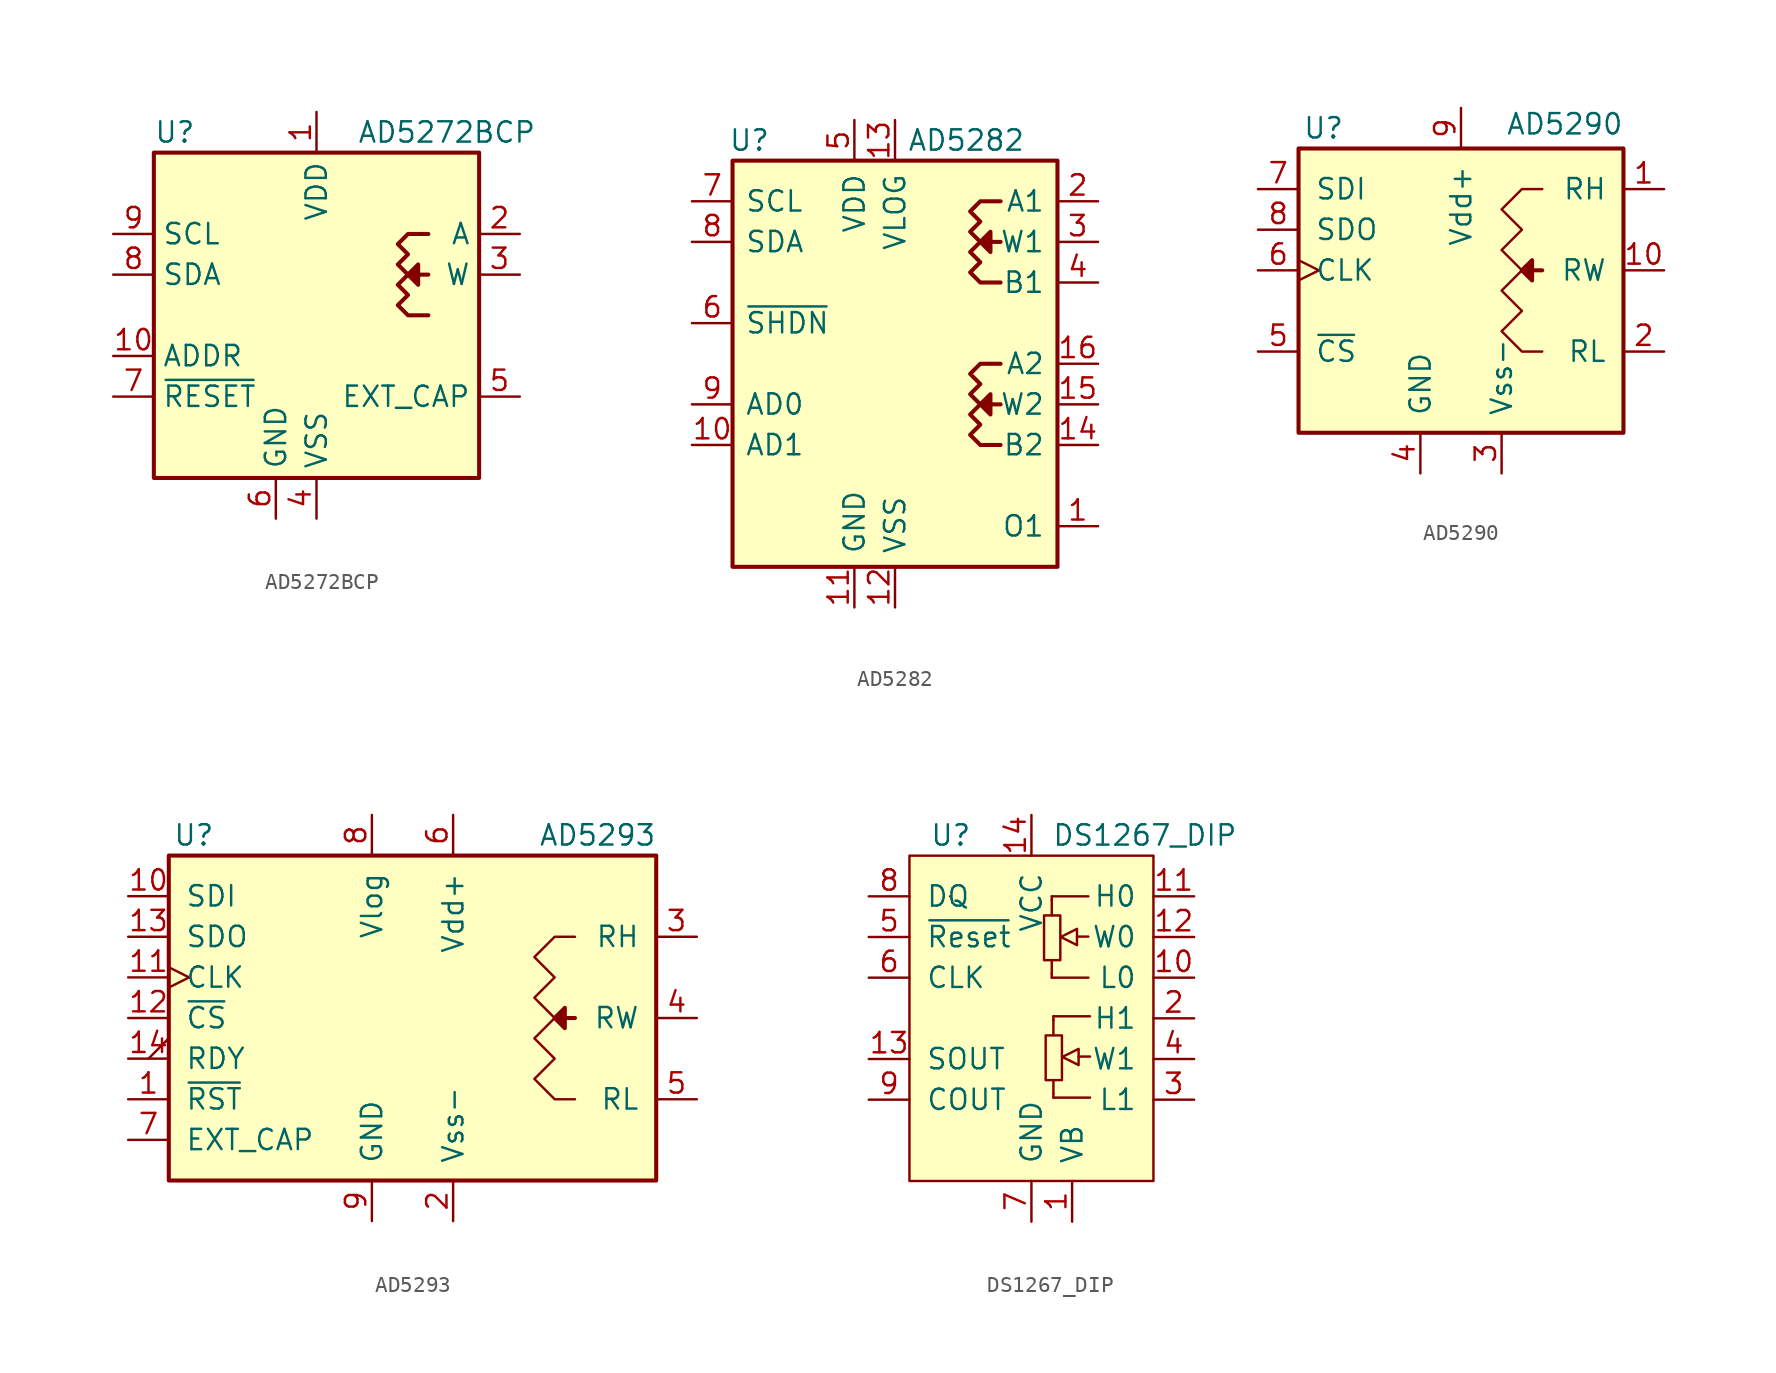
<source format=kicad_sym>
(kicad_symbol_lib
  (version 20211014)
  (generator kicad_symbol_editor)
  (symbol "AD5272BCP"
    (property "Reference" "U"
      (at -10.16 11.43 0)
      (effects (font (size 1.27 1.27)) (justify left)))
    (property "Value" "AD5272BCP"
      (at 2.54 11.43 0)
      (effects (font (size 1.27 1.27)) (justify left)))
    (symbol "AD5272BCP_0_1"
      (rectangle (start -10.16 10.16) (end 10.16 -10.16) (stroke (width 0.254) (type default) (color 0 0 0 0)) (fill (type background)))
      (polyline (pts (xy 6.985 2.54) (xy 6.35 2.54) (xy 5.715 2.54) (xy 6.35 3.175) (xy 6.35 1.905) (xy 5.715 2.54)) (stroke (width 0.254) (type default) (color 0 0 0 0)) (fill (type outline)))
      (polyline (pts (xy 6.985 5.08) (xy 5.715 5.08) (xy 5.08 4.445) (xy 5.715 3.81) (xy 5.08 3.175) (xy 5.715 2.54) (xy 5.08 1.905) (xy 5.715 1.27) (xy 5.08 0.635) (xy 5.715 0) (xy 6.985 0)) (stroke (width 0.254) (type default) (color 0 0 0 0)) (fill (type none))))
    (symbol "AD5272BCP_1_1"
      (pin power_in line (at 0 12.7 270) (length 2.54) (name "VDD" (effects (font (size 1.27 1.27)))) (number "1" (effects (font (size 1.27 1.27)))))
      (pin passive line (at -12.7 -2.54 0) (length 2.54) (name "ADDR" (effects (font (size 1.27 1.27)))) (number "10" (effects (font (size 1.27 1.27)))))
      (pin passive line (at 0 -12.7 90) (length 2.54) hide (name "VSS" (effects (font (size 1.27 1.27)))) (number "11" (effects (font (size 1.27 1.27)))))
      (pin passive line (at 12.7 5.08 180) (length 2.54) (name "A" (effects (font (size 1.27 1.27)))) (number "2" (effects (font (size 1.27 1.27)))))
      (pin passive line (at 12.7 2.54 180) (length 2.54) (name "W" (effects (font (size 1.27 1.27)))) (number "3" (effects (font (size 1.27 1.27)))))
      (pin power_in line (at 0 -12.7 90) (length 2.54) (name "VSS" (effects (font (size 1.27 1.27)))) (number "4" (effects (font (size 1.27 1.27)))))
      (pin passive line (at 12.7 -5.08 180) (length 2.54) (name "EXT_CAP" (effects (font (size 1.27 1.27)))) (number "5" (effects (font (size 1.27 1.27)))))
      (pin power_in line (at -2.54 -12.7 90) (length 2.54) (name "GND" (effects (font (size 1.27 1.27)))) (number "6" (effects (font (size 1.27 1.27)))))
      (pin input line (at -12.7 -5.08 0) (length 2.54) (name "~{RESET}" (effects (font (size 1.27 1.27)))) (number "7" (effects (font (size 1.27 1.27)))))
      (pin bidirectional line (at -12.7 2.54 0) (length 2.54) (name "SDA" (effects (font (size 1.27 1.27)))) (number "8" (effects (font (size 1.27 1.27)))))
      (pin input line (at -12.7 5.08 0) (length 2.54) (name "SCL" (effects (font (size 1.27 1.27)))) (number "9" (effects (font (size 1.27 1.27)))))))
  (symbol "AD5282"
    (pin_names
      (offset 0.762))
    (property "Reference" "U"
      (at -10.414 13.97 0)
      (effects (font (size 1.27 1.27)) (justify left)))
    (property "Value" "AD5282"
      (at 0.762 13.97 0)
      (effects (font (size 1.27 1.27)) (justify left)))
    (symbol "AD5282_0_1"
      (rectangle (start -10.16 12.7) (end 10.16 -12.7) (stroke (width 0.254) (type default) (color 0 0 0 0)) (fill (type background)))
      (polyline (pts (xy 6.604 -2.54) (xy 5.334 -2.54) (xy 5.969 -1.905) (xy 5.969 -3.175) (xy 5.334 -2.54)) (stroke (width 0.254) (type default) (color 0 0 0 0)) (fill (type outline)))
      (polyline (pts (xy 6.604 7.62) (xy 5.334 7.62) (xy 5.969 8.255) (xy 5.969 7.62) (xy 5.969 6.985) (xy 5.334 7.62)) (stroke (width 0.254) (type default) (color 0 0 0 0)) (fill (type outline)))
      (polyline (pts (xy 6.604 0) (xy 5.334 0) (xy 4.699 -0.635) (xy 5.334 -1.27) (xy 4.699 -1.905) (xy 5.334 -2.54) (xy 4.699 -3.175) (xy 5.334 -3.81) (xy 4.699 -4.445) (xy 5.334 -5.08) (xy 6.604 -5.08)) (stroke (width 0.254) (type default) (color 0 0 0 0)) (fill (type none)))
      (polyline (pts (xy 6.604 10.16) (xy 5.334 10.16) (xy 4.699 9.525) (xy 5.334 8.89) (xy 4.699 8.255) (xy 5.334 7.62) (xy 4.699 6.985) (xy 5.334 6.35) (xy 4.699 5.715) (xy 5.334 5.08) (xy 6.604 5.08)) (stroke (width 0.254) (type default) (color 0 0 0 0)) (fill (type none))))
    (symbol "AD5282_1_1"
      (pin output line (at 12.7 -10.16 180) (length 2.54) (name "O1" (effects (font (size 1.27 1.27)))) (number "1" (effects (font (size 1.27 1.27)))))
      (pin input line (at -12.7 -5.08 0) (length 2.54) (name "AD1" (effects (font (size 1.27 1.27)))) (number "10" (effects (font (size 1.27 1.27)))))
      (pin power_in line (at -2.54 -15.24 90) (length 2.54) (name "GND" (effects (font (size 1.27 1.27)))) (number "11" (effects (font (size 1.27 1.27)))))
      (pin power_in line (at 0 -15.24 90) (length 2.54) (name "VSS" (effects (font (size 1.27 1.27)))) (number "12" (effects (font (size 1.27 1.27)))))
      (pin power_in line (at 0 15.24 270) (length 2.54) (name "VLOG" (effects (font (size 1.27 1.27)))) (number "13" (effects (font (size 1.27 1.27)))))
      (pin passive line (at 12.7 -5.08 180) (length 2.54) (name "B2" (effects (font (size 1.27 1.27)))) (number "14" (effects (font (size 1.27 1.27)))))
      (pin passive line (at 12.7 -2.54 180) (length 2.54) (name "W2" (effects (font (size 1.27 1.27)))) (number "15" (effects (font (size 1.27 1.27)))))
      (pin passive line (at 12.7 0 180) (length 2.54) (name "A2" (effects (font (size 1.27 1.27)))) (number "16" (effects (font (size 1.27 1.27)))))
      (pin passive line (at 12.7 10.16 180) (length 2.54) (name "A1" (effects (font (size 1.27 1.27)))) (number "2" (effects (font (size 1.27 1.27)))))
      (pin passive line (at 12.7 7.62 180) (length 2.54) (name "W1" (effects (font (size 1.27 1.27)))) (number "3" (effects (font (size 1.27 1.27)))))
      (pin passive line (at 12.7 5.08 180) (length 2.54) (name "B1" (effects (font (size 1.27 1.27)))) (number "4" (effects (font (size 1.27 1.27)))))
      (pin power_in line (at -2.54 15.24 270) (length 2.54) (name "VDD" (effects (font (size 1.27 1.27)))) (number "5" (effects (font (size 1.27 1.27)))))
      (pin input line (at -12.7 2.54 0) (length 2.54) (name "~{SHDN}" (effects (font (size 1.27 1.27)))) (number "6" (effects (font (size 1.27 1.27)))))
      (pin input line (at -12.7 10.16 0) (length 2.54) (name "SCL" (effects (font (size 1.27 1.27)))) (number "7" (effects (font (size 1.27 1.27)))))
      (pin bidirectional line (at -12.7 7.62 0) (length 2.54) (name "SDA" (effects (font (size 1.27 1.27)))) (number "8" (effects (font (size 1.27 1.27)))))
      (pin input line (at -12.7 -2.54 0) (length 2.54) (name "AD0" (effects (font (size 1.27 1.27)))) (number "9" (effects (font (size 1.27 1.27)))))))
  (symbol "AD5290"
    (pin_names
      (offset 1.016))
    (property "Reference" "U"
      (at -9.906 8.89 0)
      (effects (font (size 1.27 1.27)) (justify left)))
    (property "Value" "AD5290"
      (at 2.794 9.144 0)
      (effects (font (size 1.27 1.27)) (justify left)))
    (symbol "AD5290_0_1"
      (rectangle (start -10.16 7.62) (end 10.16 -10.16) (stroke (width 0.254) (type default) (color 0 0 0 0)) (fill (type background)))
      (polyline (pts (xy 4.445 0) (xy 5.08 0)) (stroke (width 0.254) (type default) (color 0 0 0 0)) (fill (type none)))
      (polyline (pts (xy 3.81 0) (xy 4.445 0.635) (xy 4.445 -0.635) (xy 3.81 0)) (stroke (width 0.254) (type default) (color 0 0 0 0)) (fill (type outline)))
      (polyline (pts (xy 5.08 5.08) (xy 3.81 5.08) (xy 2.54 3.81) (xy 3.81 2.54) (xy 2.54 1.27) (xy 3.81 0) (xy 2.54 -1.27) (xy 3.81 -2.54) (xy 2.54 -3.81) (xy 3.81 -5.08) (xy 5.08 -5.08) (xy 5.08 -5.08) (xy 5.08 -5.08)) (stroke (width 0) (type default) (color 0 0 0 0)) (fill (type none))))
    (symbol "AD5290_1_1"
      (pin passive line (at 12.7 5.08 180) (length 2.54) (name "RH" (effects (font (size 1.27 1.27)))) (number "1" (effects (font (size 1.27 1.27)))))
      (pin passive line (at 12.7 0 180) (length 2.54) (name "RW" (effects (font (size 1.27 1.27)))) (number "10" (effects (font (size 1.27 1.27)))))
      (pin passive line (at 12.7 -5.08 180) (length 2.54) (name "RL" (effects (font (size 1.27 1.27)))) (number "2" (effects (font (size 1.27 1.27)))))
      (pin power_in line (at 2.54 -12.7 90) (length 2.54) (name "Vss-" (effects (font (size 1.27 1.27)))) (number "3" (effects (font (size 1.27 1.27)))))
      (pin power_in line (at -2.54 -12.7 90) (length 2.54) (name "GND" (effects (font (size 1.27 1.27)))) (number "4" (effects (font (size 1.27 1.27)))))
      (pin input line (at -12.7 -5.08 0) (length 2.54) (name "~{CS}" (effects (font (size 1.27 1.27)))) (number "5" (effects (font (size 1.27 1.27)))))
      (pin input clock (at -12.7 0 0) (length 2.54) (name "CLK" (effects (font (size 1.27 1.27)))) (number "6" (effects (font (size 1.27 1.27)))))
      (pin input line (at -12.7 5.08 0) (length 2.54) (name "SDI" (effects (font (size 1.27 1.27)))) (number "7" (effects (font (size 1.27 1.27)))))
      (pin output line (at -12.7 2.54 0) (length 2.54) (name "SDO" (effects (font (size 1.27 1.27)))) (number "8" (effects (font (size 1.27 1.27)))))
      (pin power_in line (at 0 10.16 270) (length 2.54) (name "Vdd+" (effects (font (size 1.27 1.27)))) (number "9" (effects (font (size 1.27 1.27)))))))
  (symbol "AD5293"
    (pin_names
      (offset 1.016))
    (property "Reference" "U"
      (at -14.986 11.43 0)
      (effects (font (size 1.27 1.27)) (justify left)))
    (property "Value" "AD5293"
      (at 7.874 11.43 0)
      (effects (font (size 1.27 1.27)) (justify left)))
    (symbol "AD5293_0_1"
      (rectangle (start -15.24 10.16) (end 15.24 -10.16) (stroke (width 0.254) (type default) (color 0 0 0 0)) (fill (type background)))
      (polyline (pts (xy 9.525 0) (xy 10.16 0)) (stroke (width 0.254) (type default) (color 0 0 0 0)) (fill (type none)))
      (polyline (pts (xy 8.89 0) (xy 9.525 0.635) (xy 9.525 -0.635) (xy 8.89 0)) (stroke (width 0.254) (type default) (color 0 0 0 0)) (fill (type outline)))
      (polyline (pts (xy 10.16 5.08) (xy 8.89 5.08) (xy 7.62 3.81) (xy 8.89 2.54) (xy 7.62 1.27) (xy 8.89 0) (xy 7.62 -1.27) (xy 8.89 -2.54) (xy 7.62 -3.81) (xy 8.89 -5.08) (xy 10.16 -5.08) (xy 10.16 -5.08) (xy 10.16 -5.08)) (stroke (width 0) (type default) (color 0 0 0 0)) (fill (type none))))
    (symbol "AD5293_1_1"
      (pin input line (at -17.78 -5.08 0) (length 2.54) (name "~{RST}" (effects (font (size 1.27 1.27)))) (number "1" (effects (font (size 1.27 1.27)))))
      (pin input line (at -17.78 7.62 0) (length 2.54) (name "SDI" (effects (font (size 1.27 1.27)))) (number "10" (effects (font (size 1.27 1.27)))))
      (pin input clock (at -17.78 2.54 0) (length 2.54) (name "CLK" (effects (font (size 1.27 1.27)))) (number "11" (effects (font (size 1.27 1.27)))))
      (pin input line (at -17.78 0 0) (length 2.54) (name "~{CS}" (effects (font (size 1.27 1.27)))) (number "12" (effects (font (size 1.27 1.27)))))
      (pin output line (at -17.78 5.08 0) (length 2.54) (name "SDO" (effects (font (size 1.27 1.27)))) (number "13" (effects (font (size 1.27 1.27)))))
      (pin open_collector output_low (at -17.78 -2.54 0) (length 2.54) (name "RDY" (effects (font (size 1.27 1.27)))) (number "14" (effects (font (size 1.27 1.27)))))
      (pin power_in line (at 2.54 -12.7 90) (length 2.54) (name "Vss-" (effects (font (size 1.27 1.27)))) (number "2" (effects (font (size 1.27 1.27)))))
      (pin passive line (at 17.78 5.08 180) (length 2.54) (name "RH" (effects (font (size 1.27 1.27)))) (number "3" (effects (font (size 1.27 1.27)))))
      (pin passive line (at 17.78 0 180) (length 2.54) (name "RW" (effects (font (size 1.27 1.27)))) (number "4" (effects (font (size 1.27 1.27)))))
      (pin passive line (at 17.78 -5.08 180) (length 2.54) (name "RL" (effects (font (size 1.27 1.27)))) (number "5" (effects (font (size 1.27 1.27)))))
      (pin power_in line (at 2.54 12.7 270) (length 2.54) (name "Vdd+" (effects (font (size 1.27 1.27)))) (number "6" (effects (font (size 1.27 1.27)))))
      (pin passive line (at -17.78 -7.62 0) (length 2.54) (name "EXT_CAP" (effects (font (size 1.27 1.27)))) (number "7" (effects (font (size 1.27 1.27)))))
      (pin power_in line (at -2.54 12.7 270) (length 2.54) (name "Vlog" (effects (font (size 1.27 1.27)))) (number "8" (effects (font (size 1.27 1.27)))))
      (pin power_in line (at -2.54 -12.7 90) (length 2.54) (name "GND" (effects (font (size 1.27 1.27)))) (number "9" (effects (font (size 1.27 1.27)))))))
  (symbol "DS1267_DIP"
    (pin_names
      (offset 1.016))
    (property "Reference" "U"
      (at -6.35 11.43 0)
      (effects (font (size 1.27 1.27)) (justify left)))
    (property "Value" "DS1267_DIP"
      (at 1.27 11.43 0)
      (effects (font (size 1.27 1.27)) (justify left)))
    (symbol "DS1267_DIP_0_1"
      (rectangle (start -7.62 10.16) (end 7.62 -10.16) (stroke (width 0) (type default) (color 0 0 0 0)) (fill (type background)))
      (rectangle (start -5.08 7.62) (end -5.08 7.62) (stroke (width 0) (type default) (color 0 0 0 0)) (fill (type none)))
      (polyline (pts (xy 1.27 2.794) (xy 1.27 3.632)) (stroke (width 0) (type default) (color 0 0 0 0)) (fill (type none)))
      (polyline (pts (xy 1.27 7.391) (xy 1.27 6.452)) (stroke (width 0) (type default) (color 0 0 0 0)) (fill (type none)))
      (polyline (pts (xy 1.372 -4.699) (xy 1.372 -3.861)) (stroke (width 0) (type default) (color 0 0 0 0)) (fill (type none)))
      (polyline (pts (xy 1.372 -0.102) (xy 1.372 -1.041)) (stroke (width 0) (type default) (color 0 0 0 0)) (fill (type none)))
      (polyline (pts (xy 2.845 5.105) (xy 3.556 5.105)) (stroke (width 0) (type default) (color 0 0 0 0)) (fill (type none)))
      (polyline (pts (xy 2.946 -2.388) (xy 3.658 -2.388)) (stroke (width 0) (type default) (color 0 0 0 0)) (fill (type none)))
      (polyline (pts (xy 1.27 2.54) (xy 1.27 2.794) (xy 1.27 2.794)) (stroke (width 0) (type default) (color 0 0 0 0)) (fill (type background)))
      (polyline (pts (xy 1.27 2.54) (xy 3.556 2.54) (xy 3.556 2.54)) (stroke (width 0) (type default) (color 0 0 0 0)) (fill (type background)))
      (polyline (pts (xy 1.27 7.62) (xy 1.27 7.366) (xy 1.27 7.366)) (stroke (width 0) (type default) (color 0 0 0 0)) (fill (type none)))
      (polyline (pts (xy 1.27 7.62) (xy 3.556 7.62) (xy 3.556 7.62)) (stroke (width 0) (type default) (color 0 0 0 0)) (fill (type background)))
      (polyline (pts (xy 1.372 -4.953) (xy 1.372 -4.699) (xy 1.372 -4.699)) (stroke (width 0) (type default) (color 0 0 0 0)) (fill (type background)))
      (polyline (pts (xy 1.372 -4.953) (xy 3.658 -4.953) (xy 3.658 -4.953)) (stroke (width 0) (type default) (color 0 0 0 0)) (fill (type background)))
      (polyline (pts (xy 1.372 0.127) (xy 1.372 -0.127) (xy 1.372 -0.127)) (stroke (width 0) (type default) (color 0 0 0 0)) (fill (type none)))
      (polyline (pts (xy 1.372 0.127) (xy 3.658 0.127) (xy 3.658 0.127)) (stroke (width 0) (type default) (color 0 0 0 0)) (fill (type background)))
      (polyline (pts (xy 2.845 5.588) (xy 2.845 4.572) (xy 1.829 5.08) (xy 2.845 5.588) (xy 2.845 5.588)) (stroke (width 0) (type default) (color 0 0 0 0)) (fill (type background)))
      (polyline (pts (xy 2.946 -1.905) (xy 2.946 -2.921) (xy 1.93 -2.413) (xy 2.946 -1.905) (xy 2.946 -1.905)) (stroke (width 0) (type default) (color 0 0 0 0)) (fill (type background)))
      (rectangle (start 0.787 6.426) (end 1.803 3.632) (stroke (width 0) (type default) (color 0 0 0 0)) (fill (type none)))
      (rectangle (start 0.889 -1.067) (end 1.905 -3.861) (stroke (width 0) (type default) (color 0 0 0 0)) (fill (type none))))
    (symbol "DS1267_DIP_1_1"
      (pin power_in line (at 2.54 -12.7 90) (length 2.54) (name "VB" (effects (font (size 1.27 1.27)))) (number "1" (effects (font (size 1.27 1.27)))))
      (pin passive line (at 10.16 2.54 180) (length 2.54) (name "L0" (effects (font (size 1.27 1.27)))) (number "10" (effects (font (size 1.27 1.27)))))
      (pin passive line (at 10.16 7.62 180) (length 2.54) (name "H0" (effects (font (size 1.27 1.27)))) (number "11" (effects (font (size 1.27 1.27)))))
      (pin passive line (at 10.16 5.08 180) (length 2.54) (name "W0" (effects (font (size 1.27 1.27)))) (number "12" (effects (font (size 1.27 1.27)))))
      (pin output line (at -10.16 -2.54 0) (length 2.54) (name "SOUT" (effects (font (size 1.27 1.27)))) (number "13" (effects (font (size 1.27 1.27)))))
      (pin power_in line (at 0 12.7 270) (length 2.54) (name "VCC" (effects (font (size 1.27 1.27)))) (number "14" (effects (font (size 1.27 1.27)))))
      (pin passive line (at 10.16 0 180) (length 2.54) (name "H1" (effects (font (size 1.27 1.27)))) (number "2" (effects (font (size 1.27 1.27)))))
      (pin passive line (at 10.16 -5.08 180) (length 2.54) (name "L1" (effects (font (size 1.27 1.27)))) (number "3" (effects (font (size 1.27 1.27)))))
      (pin passive line (at 10.16 -2.54 180) (length 2.54) (name "W1" (effects (font (size 1.27 1.27)))) (number "4" (effects (font (size 1.27 1.27)))))
      (pin input line (at -10.16 5.08 0) (length 2.54) (name "~{Reset}" (effects (font (size 1.27 1.27)))) (number "5" (effects (font (size 1.27 1.27)))))
      (pin input line (at -10.16 2.54 0) (length 2.54) (name "CLK" (effects (font (size 1.27 1.27)))) (number "6" (effects (font (size 1.27 1.27)))))
      (pin power_in line (at 0 -12.7 90) (length 2.54) (name "GND" (effects (font (size 1.27 1.27)))) (number "7" (effects (font (size 1.27 1.27)))))
      (pin input line (at -10.16 7.62 0) (length 2.54) (name "DQ" (effects (font (size 1.27 1.27)))) (number "8" (effects (font (size 1.27 1.27)))))
      (pin output line (at -10.16 -5.08 0) (length 2.54) (name "COUT" (effects (font (size 1.27 1.27)))) (number "9" (effects (font (size 1.27 1.27))))))))
</source>
